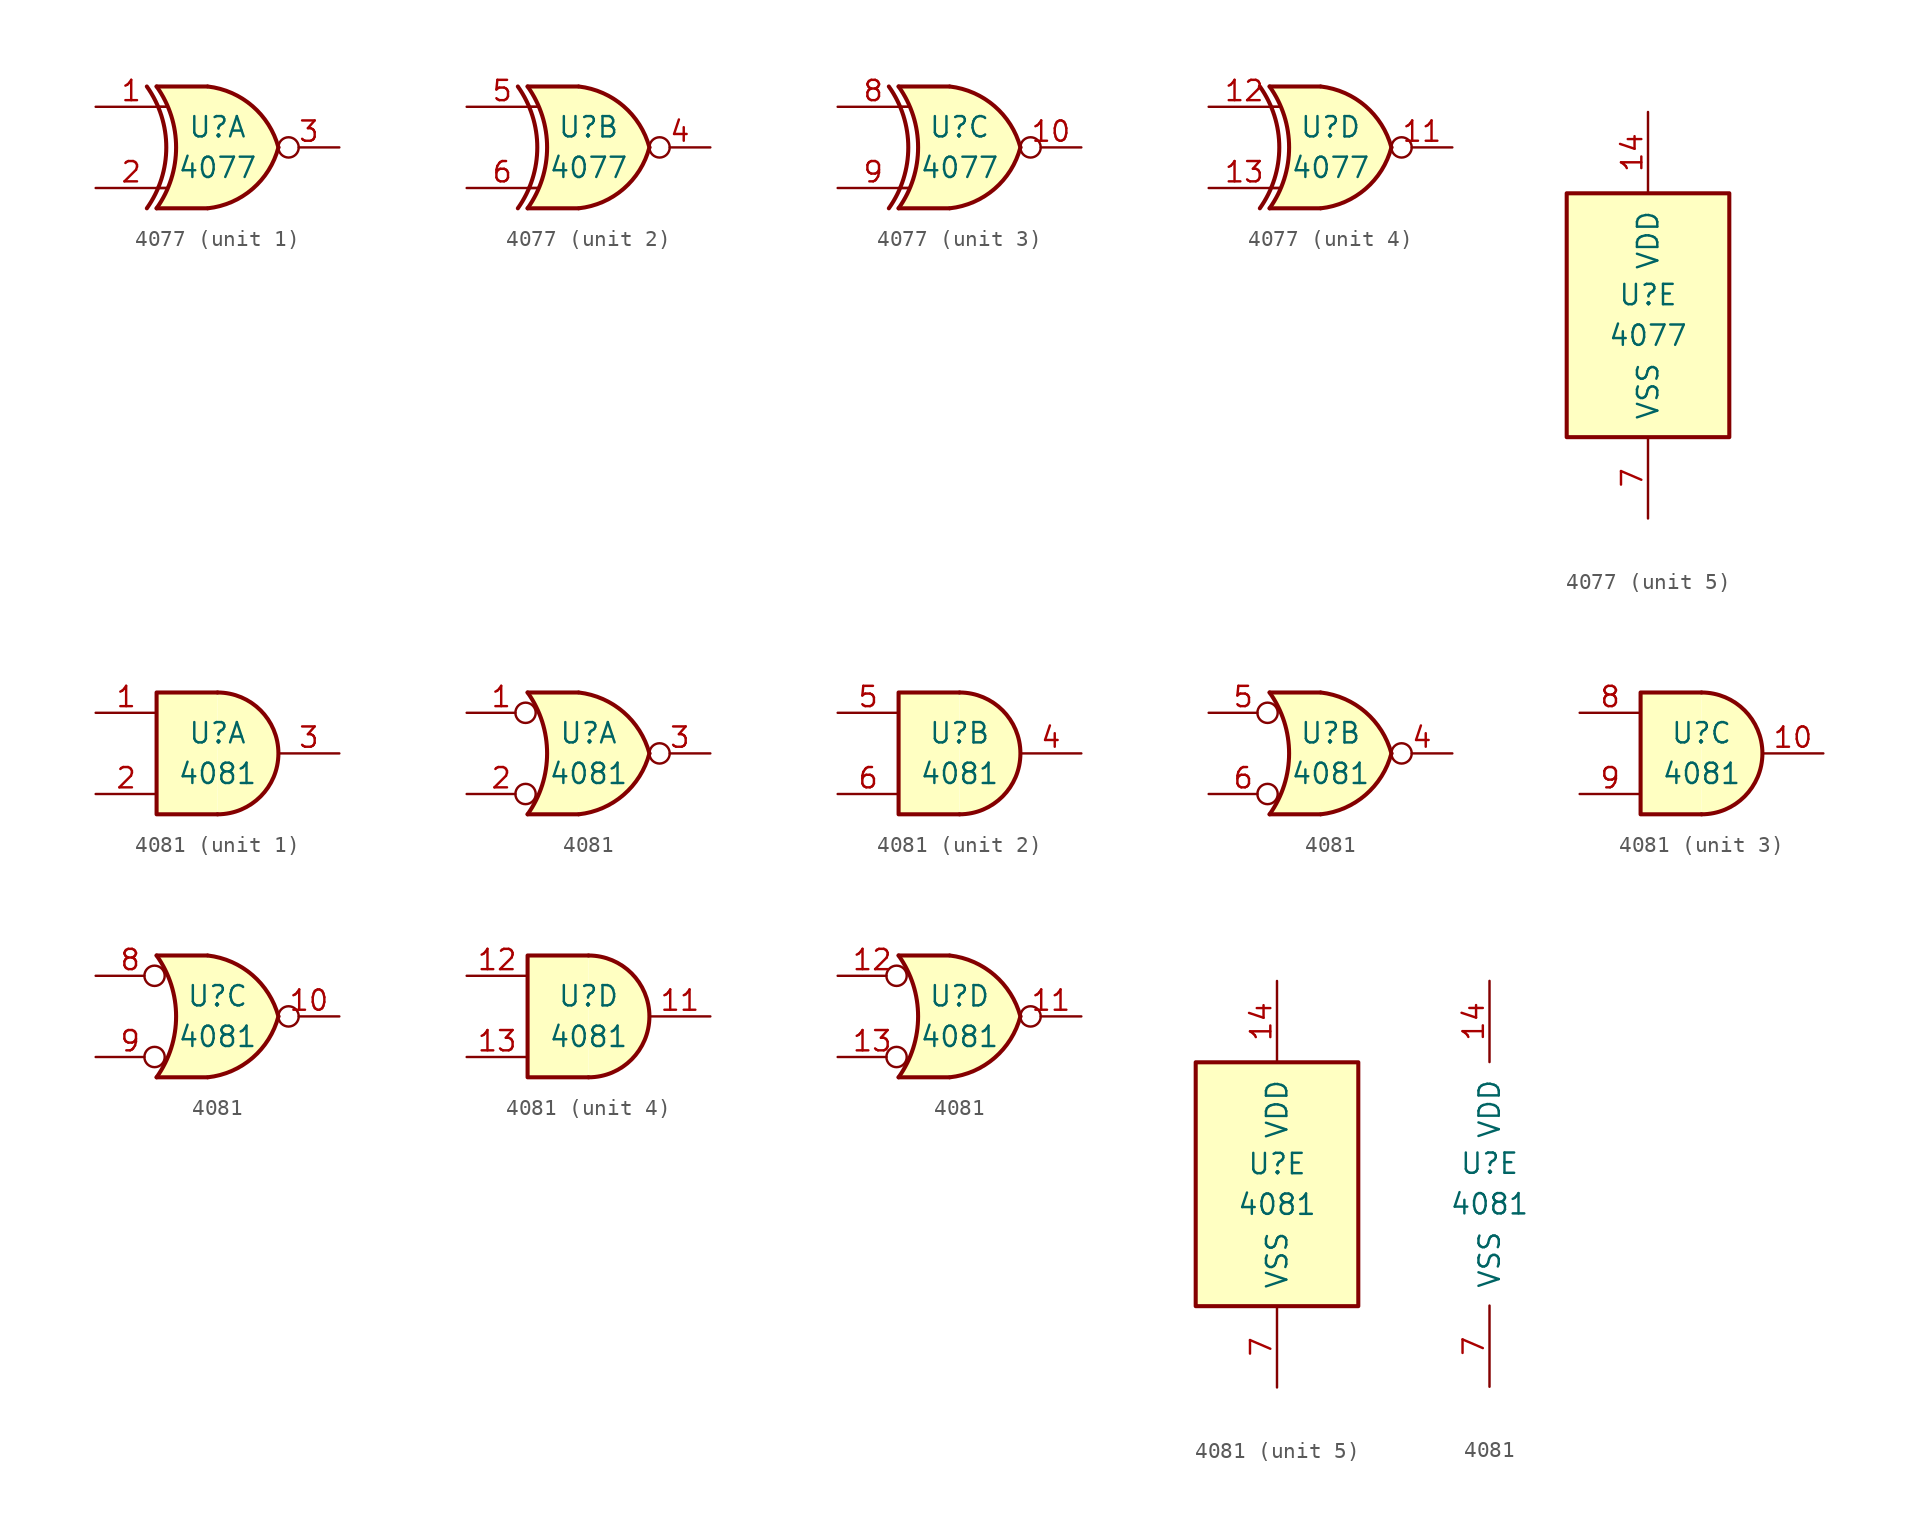
<source format=kicad_sym>
(kicad_symbol_lib
  (version 20201005)
  (generator kicad_symbol_editor)
  (symbol "4077"
    (pin_names
      (offset 1.016))
    (property "Reference" "U"
      (at 0 1.27 0)
      (effects (font (size 1.27 1.27))))
    (property "Value" "4077"
      (at 0 -1.27 0)
      (effects (font (size 1.27 1.27))))
    (property "ki_locked" ""
      (at 0 0 0)
      (effects (font (size 1.27 1.27))))
    (symbol "4077_1_0"
      (arc (start -4.4196 3.81) (end -4.4196 -3.81) (radius (at -9.779 0) (length 6.5532) (angles 35.4 -35.4)) (stroke (width 0.254)) (fill (type none)))
      (arc (start -3.81 3.81) (end -3.81 -3.81) (radius (at -9.144 0) (length 6.5532) (angles 35.4 -35.4)) (stroke (width 0.254)) (fill (type none)))
      (arc (start 3.81 0) (end -0.6096 3.81) (radius (at -1.1938 -1.3208) (length 5.1816) (angles 15 83.7)) (stroke (width 0.254)) (fill (type background)))
      (arc (start 3.81 0) (end -0.6096 -3.81) (radius (at -1.1938 1.3208) (length 5.1816) (angles -15 -83.7)) (stroke (width 0.254)) (fill (type background)))
      (polyline (pts (xy -3.81 -3.81) (xy -0.635 -3.81)) (stroke (width 0.254)) (fill (type background)))
      (polyline (pts (xy -3.81 3.81) (xy -0.635 3.81)) (stroke (width 0.254)) (fill (type background)))
      (polyline (pts (xy -0.635 3.81) (xy -3.81 3.81) (xy -3.81 3.81) (xy -3.556 3.404) (xy -3.023 2.261) (xy -2.692 1.041) (xy -2.616 -0.254) (xy -2.769 -1.499) (xy -3.175 -2.718) (xy -3.81 -3.81) (xy -3.81 -3.81) (xy -0.635 -3.81)) (stroke (width -25.4)) (fill (type background)))
      (pin input line (at -7.62 2.54 0) (length 4.445) (name "~" (effects (font (size 1.27 1.27)))) (number "1" (effects (font (size 1.27 1.27)))))
      (pin input line (at -7.62 -2.54 0) (length 4.445) (name "~" (effects (font (size 1.27 1.27)))) (number "2" (effects (font (size 1.27 1.27)))))
      (pin output inverted (at 7.62 0 180) (length 3.81) (name "~" (effects (font (size 1.27 1.27)))) (number "3" (effects (font (size 1.27 1.27))))))
    (symbol "4077_1_1"
      (polyline (pts (xy -3.81 -2.54) (xy -3.175 -2.54)) (stroke (width 0.152)) (fill (type none)))
      (polyline (pts (xy -3.81 2.54) (xy -3.175 2.54)) (stroke (width 0.152)) (fill (type none))))
    (symbol "4077_2_0"
      (arc (start -4.4196 3.81) (end -4.4196 -3.81) (radius (at -9.779 0) (length 6.5532) (angles 35.4 -35.4)) (stroke (width 0.254)) (fill (type none)))
      (arc (start -3.81 3.81) (end -3.81 -3.81) (radius (at -9.144 0) (length 6.5532) (angles 35.4 -35.4)) (stroke (width 0.254)) (fill (type none)))
      (arc (start 3.81 0) (end -0.6096 3.81) (radius (at -1.1938 -1.3208) (length 5.1816) (angles 15 83.7)) (stroke (width 0.254)) (fill (type background)))
      (arc (start 3.81 0) (end -0.6096 -3.81) (radius (at -1.1938 1.3208) (length 5.1816) (angles -15 -83.7)) (stroke (width 0.254)) (fill (type background)))
      (polyline (pts (xy -3.81 -3.81) (xy -0.635 -3.81)) (stroke (width 0.254)) (fill (type background)))
      (polyline (pts (xy -3.81 3.81) (xy -0.635 3.81)) (stroke (width 0.254)) (fill (type background)))
      (polyline (pts (xy -0.635 3.81) (xy -3.81 3.81) (xy -3.81 3.81) (xy -3.556 3.404) (xy -3.023 2.261) (xy -2.692 1.041) (xy -2.616 -0.254) (xy -2.769 -1.499) (xy -3.175 -2.718) (xy -3.81 -3.81) (xy -3.81 -3.81) (xy -0.635 -3.81)) (stroke (width -25.4)) (fill (type background)))
      (pin output inverted (at 7.62 0 180) (length 3.81) (name "~" (effects (font (size 1.27 1.27)))) (number "4" (effects (font (size 1.27 1.27)))))
      (pin input line (at -7.62 2.54 0) (length 4.445) (name "~" (effects (font (size 1.27 1.27)))) (number "5" (effects (font (size 1.27 1.27)))))
      (pin input line (at -7.62 -2.54 0) (length 4.445) (name "~" (effects (font (size 1.27 1.27)))) (number "6" (effects (font (size 1.27 1.27))))))
    (symbol "4077_2_1"
      (polyline (pts (xy -3.81 -2.54) (xy -3.175 -2.54)) (stroke (width 0.152)) (fill (type none)))
      (polyline (pts (xy -3.81 2.54) (xy -3.175 2.54)) (stroke (width 0.152)) (fill (type none))))
    (symbol "4077_3_0"
      (arc (start -4.4196 3.81) (end -4.4196 -3.81) (radius (at -9.779 0) (length 6.5532) (angles 35.4 -35.4)) (stroke (width 0.254)) (fill (type none)))
      (arc (start -3.81 3.81) (end -3.81 -3.81) (radius (at -9.144 0) (length 6.5532) (angles 35.4 -35.4)) (stroke (width 0.254)) (fill (type none)))
      (arc (start 3.81 0) (end -0.6096 3.81) (radius (at -1.1938 -1.3208) (length 5.1816) (angles 15 83.7)) (stroke (width 0.254)) (fill (type background)))
      (arc (start 3.81 0) (end -0.6096 -3.81) (radius (at -1.1938 1.3208) (length 5.1816) (angles -15 -83.7)) (stroke (width 0.254)) (fill (type background)))
      (polyline (pts (xy -3.81 -3.81) (xy -0.635 -3.81)) (stroke (width 0.254)) (fill (type background)))
      (polyline (pts (xy -3.81 3.81) (xy -0.635 3.81)) (stroke (width 0.254)) (fill (type background)))
      (polyline (pts (xy -0.635 3.81) (xy -3.81 3.81) (xy -3.81 3.81) (xy -3.556 3.404) (xy -3.023 2.261) (xy -2.692 1.041) (xy -2.616 -0.254) (xy -2.769 -1.499) (xy -3.175 -2.718) (xy -3.81 -3.81) (xy -3.81 -3.81) (xy -0.635 -3.81)) (stroke (width -25.4)) (fill (type background)))
      (pin output inverted (at 7.62 0 180) (length 3.81) (name "~" (effects (font (size 1.27 1.27)))) (number "10" (effects (font (size 1.27 1.27)))))
      (pin input line (at -7.62 2.54 0) (length 4.445) (name "~" (effects (font (size 1.27 1.27)))) (number "8" (effects (font (size 1.27 1.27)))))
      (pin input line (at -7.62 -2.54 0) (length 4.445) (name "~" (effects (font (size 1.27 1.27)))) (number "9" (effects (font (size 1.27 1.27))))))
    (symbol "4077_3_1"
      (polyline (pts (xy -3.81 -2.54) (xy -3.175 -2.54)) (stroke (width 0.152)) (fill (type none)))
      (polyline (pts (xy -3.81 2.54) (xy -3.175 2.54)) (stroke (width 0.152)) (fill (type none))))
    (symbol "4077_4_0"
      (arc (start -4.4196 3.81) (end -4.4196 -3.81) (radius (at -9.779 0) (length 6.5532) (angles 35.4 -35.4)) (stroke (width 0.254)) (fill (type none)))
      (arc (start -3.81 3.81) (end -3.81 -3.81) (radius (at -9.144 0) (length 6.5532) (angles 35.4 -35.4)) (stroke (width 0.254)) (fill (type none)))
      (arc (start 3.81 0) (end -0.6096 3.81) (radius (at -1.1938 -1.3208) (length 5.1816) (angles 15 83.7)) (stroke (width 0.254)) (fill (type background)))
      (arc (start 3.81 0) (end -0.6096 -3.81) (radius (at -1.1938 1.3208) (length 5.1816) (angles -15 -83.7)) (stroke (width 0.254)) (fill (type background)))
      (polyline (pts (xy -3.81 -3.81) (xy -0.635 -3.81)) (stroke (width 0.254)) (fill (type background)))
      (polyline (pts (xy -3.81 3.81) (xy -0.635 3.81)) (stroke (width 0.254)) (fill (type background)))
      (polyline (pts (xy -0.635 3.81) (xy -3.81 3.81) (xy -3.81 3.81) (xy -3.556 3.404) (xy -3.023 2.261) (xy -2.692 1.041) (xy -2.616 -0.254) (xy -2.769 -1.499) (xy -3.175 -2.718) (xy -3.81 -3.81) (xy -3.81 -3.81) (xy -0.635 -3.81)) (stroke (width -25.4)) (fill (type background)))
      (pin output inverted (at 7.62 0 180) (length 3.81) (name "~" (effects (font (size 1.27 1.27)))) (number "11" (effects (font (size 1.27 1.27)))))
      (pin input line (at -7.62 2.54 0) (length 4.445) (name "~" (effects (font (size 1.27 1.27)))) (number "12" (effects (font (size 1.27 1.27)))))
      (pin input line (at -7.62 -2.54 0) (length 4.445) (name "~" (effects (font (size 1.27 1.27)))) (number "13" (effects (font (size 1.27 1.27))))))
    (symbol "4077_4_1"
      (polyline (pts (xy -3.81 -2.54) (xy -3.175 -2.54)) (stroke (width 0.152)) (fill (type none)))
      (polyline (pts (xy -3.81 2.54) (xy -3.175 2.54)) (stroke (width 0.152)) (fill (type none))))
    (symbol "4077_5_0"
      (pin power_in line (at 0 12.7 270) (length 5.08) (name "VDD" (effects (font (size 1.27 1.27)))) (number "14" (effects (font (size 1.27 1.27)))))
      (pin power_in line (at 0 -12.7 90) (length 5.08) (name "VSS" (effects (font (size 1.27 1.27)))) (number "7" (effects (font (size 1.27 1.27))))))
    (symbol "4077_5_1"
      (rectangle (start -5.08 7.62) (end 5.08 -7.62) (stroke (width 0.254)) (fill (type background)))))
  (symbol "4081"
    (pin_names
      (offset 1.016))
    (property "Reference" "U"
      (at 0 1.27 0)
      (effects (font (size 1.27 1.27))))
    (property "Value" "4081"
      (at 0 -1.27 0)
      (effects (font (size 1.27 1.27))))
    (property "ki_locked" ""
      (at 0 0 0)
      (effects (font (size 1.27 1.27))))
    (symbol "4081_1_1"
      (arc (start 0 -3.81) (end 0 3.81) (radius (at 0 0) (length 3.81) (angles -89.9 89.9)) (stroke (width 0.254)) (fill (type background)))
      (polyline (pts (xy 0 3.81) (xy -3.81 3.81) (xy -3.81 -3.81) (xy 0 -3.81)) (stroke (width 0.254)) (fill (type background)))
      (pin input line (at -7.62 2.54 0) (length 3.81) (name "~" (effects (font (size 1.27 1.27)))) (number "1" (effects (font (size 1.27 1.27)))))
      (pin input line (at -7.62 -2.54 0) (length 3.81) (name "~" (effects (font (size 1.27 1.27)))) (number "2" (effects (font (size 1.27 1.27)))))
      (pin output line (at 7.62 0 180) (length 3.81) (name "~" (effects (font (size 1.27 1.27)))) (number "3" (effects (font (size 1.27 1.27))))))
    (symbol "4081_1_2"
      (arc (start -3.81 3.81) (end -3.81 -3.81) (radius (at -9.144 0) (length 6.5532) (angles 35.4 -35.4)) (stroke (width 0.254)) (fill (type none)))
      (arc (start 3.81 0) (end -0.6096 3.81) (radius (at -1.1938 -1.3208) (length 5.1816) (angles 15 83.7)) (stroke (width 0.254)) (fill (type background)))
      (arc (start 3.81 0) (end -0.6096 -3.81) (radius (at -1.1938 1.3208) (length 5.1816) (angles -15 -83.7)) (stroke (width 0.254)) (fill (type background)))
      (polyline (pts (xy -3.81 -3.81) (xy -0.635 -3.81)) (stroke (width 0.254)) (fill (type background)))
      (polyline (pts (xy -3.81 3.81) (xy -0.635 3.81)) (stroke (width 0.254)) (fill (type background)))
      (polyline (pts (xy -0.635 3.81) (xy -3.81 3.81) (xy -3.81 3.81) (xy -3.556 3.404) (xy -3.023 2.261) (xy -2.692 1.041) (xy -2.616 -0.254) (xy -2.769 -1.499) (xy -3.175 -2.718) (xy -3.81 -3.81) (xy -3.81 -3.81) (xy -0.635 -3.81)) (stroke (width -25.4)) (fill (type background)))
      (pin input inverted (at -7.62 2.54 0) (length 4.318) (name "~" (effects (font (size 1.27 1.27)))) (number "1" (effects (font (size 1.27 1.27)))))
      (pin input inverted (at -7.62 -2.54 0) (length 4.318) (name "~" (effects (font (size 1.27 1.27)))) (number "2" (effects (font (size 1.27 1.27)))))
      (pin output inverted (at 7.62 0 180) (length 3.81) (name "~" (effects (font (size 1.27 1.27)))) (number "3" (effects (font (size 1.27 1.27))))))
    (symbol "4081_2_1"
      (arc (start 0 -3.81) (end 0 3.81) (radius (at 0 0) (length 3.81) (angles -89.9 89.9)) (stroke (width 0.254)) (fill (type background)))
      (polyline (pts (xy 0 3.81) (xy -3.81 3.81) (xy -3.81 -3.81) (xy 0 -3.81)) (stroke (width 0.254)) (fill (type background)))
      (pin output line (at 7.62 0 180) (length 3.81) (name "~" (effects (font (size 1.27 1.27)))) (number "4" (effects (font (size 1.27 1.27)))))
      (pin input line (at -7.62 2.54 0) (length 3.81) (name "~" (effects (font (size 1.27 1.27)))) (number "5" (effects (font (size 1.27 1.27)))))
      (pin input line (at -7.62 -2.54 0) (length 3.81) (name "~" (effects (font (size 1.27 1.27)))) (number "6" (effects (font (size 1.27 1.27))))))
    (symbol "4081_2_2"
      (arc (start -3.81 3.81) (end -3.81 -3.81) (radius (at -9.144 0) (length 6.5532) (angles 35.4 -35.4)) (stroke (width 0.254)) (fill (type none)))
      (arc (start 3.81 0) (end -0.6096 3.81) (radius (at -1.1938 -1.3208) (length 5.1816) (angles 15 83.7)) (stroke (width 0.254)) (fill (type background)))
      (arc (start 3.81 0) (end -0.6096 -3.81) (radius (at -1.1938 1.3208) (length 5.1816) (angles -15 -83.7)) (stroke (width 0.254)) (fill (type background)))
      (polyline (pts (xy -3.81 -3.81) (xy -0.635 -3.81)) (stroke (width 0.254)) (fill (type background)))
      (polyline (pts (xy -3.81 3.81) (xy -0.635 3.81)) (stroke (width 0.254)) (fill (type background)))
      (polyline (pts (xy -0.635 3.81) (xy -3.81 3.81) (xy -3.81 3.81) (xy -3.556 3.404) (xy -3.023 2.261) (xy -2.692 1.041) (xy -2.616 -0.254) (xy -2.769 -1.499) (xy -3.175 -2.718) (xy -3.81 -3.81) (xy -3.81 -3.81) (xy -0.635 -3.81)) (stroke (width -25.4)) (fill (type background)))
      (pin output inverted (at 7.62 0 180) (length 3.81) (name "~" (effects (font (size 1.27 1.27)))) (number "4" (effects (font (size 1.27 1.27)))))
      (pin input inverted (at -7.62 2.54 0) (length 4.318) (name "~" (effects (font (size 1.27 1.27)))) (number "5" (effects (font (size 1.27 1.27)))))
      (pin input inverted (at -7.62 -2.54 0) (length 4.318) (name "~" (effects (font (size 1.27 1.27)))) (number "6" (effects (font (size 1.27 1.27))))))
    (symbol "4081_3_1"
      (arc (start 0 -3.81) (end 0 3.81) (radius (at 0 0) (length 3.81) (angles -89.9 89.9)) (stroke (width 0.254)) (fill (type background)))
      (polyline (pts (xy 0 3.81) (xy -3.81 3.81) (xy -3.81 -3.81) (xy 0 -3.81)) (stroke (width 0.254)) (fill (type background)))
      (pin output line (at 7.62 0 180) (length 3.81) (name "~" (effects (font (size 1.27 1.27)))) (number "10" (effects (font (size 1.27 1.27)))))
      (pin input line (at -7.62 2.54 0) (length 3.81) (name "~" (effects (font (size 1.27 1.27)))) (number "8" (effects (font (size 1.27 1.27)))))
      (pin input line (at -7.62 -2.54 0) (length 3.81) (name "~" (effects (font (size 1.27 1.27)))) (number "9" (effects (font (size 1.27 1.27))))))
    (symbol "4081_3_2"
      (arc (start -3.81 3.81) (end -3.81 -3.81) (radius (at -9.144 0) (length 6.5532) (angles 35.4 -35.4)) (stroke (width 0.254)) (fill (type none)))
      (arc (start 3.81 0) (end -0.6096 3.81) (radius (at -1.1938 -1.3208) (length 5.1816) (angles 15 83.7)) (stroke (width 0.254)) (fill (type background)))
      (arc (start 3.81 0) (end -0.6096 -3.81) (radius (at -1.1938 1.3208) (length 5.1816) (angles -15 -83.7)) (stroke (width 0.254)) (fill (type background)))
      (polyline (pts (xy -3.81 -3.81) (xy -0.635 -3.81)) (stroke (width 0.254)) (fill (type background)))
      (polyline (pts (xy -3.81 3.81) (xy -0.635 3.81)) (stroke (width 0.254)) (fill (type background)))
      (polyline (pts (xy -0.635 3.81) (xy -3.81 3.81) (xy -3.81 3.81) (xy -3.556 3.404) (xy -3.023 2.261) (xy -2.692 1.041) (xy -2.616 -0.254) (xy -2.769 -1.499) (xy -3.175 -2.718) (xy -3.81 -3.81) (xy -3.81 -3.81) (xy -0.635 -3.81)) (stroke (width -25.4)) (fill (type background)))
      (pin output inverted (at 7.62 0 180) (length 3.81) (name "~" (effects (font (size 1.27 1.27)))) (number "10" (effects (font (size 1.27 1.27)))))
      (pin input inverted (at -7.62 2.54 0) (length 4.318) (name "~" (effects (font (size 1.27 1.27)))) (number "8" (effects (font (size 1.27 1.27)))))
      (pin input inverted (at -7.62 -2.54 0) (length 4.318) (name "~" (effects (font (size 1.27 1.27)))) (number "9" (effects (font (size 1.27 1.27))))))
    (symbol "4081_4_1"
      (arc (start 0 -3.81) (end 0 3.81) (radius (at 0 0) (length 3.81) (angles -89.9 89.9)) (stroke (width 0.254)) (fill (type background)))
      (polyline (pts (xy 0 3.81) (xy -3.81 3.81) (xy -3.81 -3.81) (xy 0 -3.81)) (stroke (width 0.254)) (fill (type background)))
      (pin output line (at 7.62 0 180) (length 3.81) (name "~" (effects (font (size 1.27 1.27)))) (number "11" (effects (font (size 1.27 1.27)))))
      (pin input line (at -7.62 2.54 0) (length 3.81) (name "~" (effects (font (size 1.27 1.27)))) (number "12" (effects (font (size 1.27 1.27)))))
      (pin input line (at -7.62 -2.54 0) (length 3.81) (name "~" (effects (font (size 1.27 1.27)))) (number "13" (effects (font (size 1.27 1.27))))))
    (symbol "4081_4_2"
      (arc (start -3.81 3.81) (end -3.81 -3.81) (radius (at -9.144 0) (length 6.5532) (angles 35.4 -35.4)) (stroke (width 0.254)) (fill (type none)))
      (arc (start 3.81 0) (end -0.6096 3.81) (radius (at -1.1938 -1.3208) (length 5.1816) (angles 15 83.7)) (stroke (width 0.254)) (fill (type background)))
      (arc (start 3.81 0) (end -0.6096 -3.81) (radius (at -1.1938 1.3208) (length 5.1816) (angles -15 -83.7)) (stroke (width 0.254)) (fill (type background)))
      (polyline (pts (xy -3.81 -3.81) (xy -0.635 -3.81)) (stroke (width 0.254)) (fill (type background)))
      (polyline (pts (xy -3.81 3.81) (xy -0.635 3.81)) (stroke (width 0.254)) (fill (type background)))
      (polyline (pts (xy -0.635 3.81) (xy -3.81 3.81) (xy -3.81 3.81) (xy -3.556 3.404) (xy -3.023 2.261) (xy -2.692 1.041) (xy -2.616 -0.254) (xy -2.769 -1.499) (xy -3.175 -2.718) (xy -3.81 -3.81) (xy -3.81 -3.81) (xy -0.635 -3.81)) (stroke (width -25.4)) (fill (type background)))
      (pin output inverted (at 7.62 0 180) (length 3.81) (name "~" (effects (font (size 1.27 1.27)))) (number "11" (effects (font (size 1.27 1.27)))))
      (pin input inverted (at -7.62 2.54 0) (length 4.318) (name "~" (effects (font (size 1.27 1.27)))) (number "12" (effects (font (size 1.27 1.27)))))
      (pin input inverted (at -7.62 -2.54 0) (length 4.318) (name "~" (effects (font (size 1.27 1.27)))) (number "13" (effects (font (size 1.27 1.27))))))
    (symbol "4081_5_0"
      (pin power_in line (at 0 12.7 270) (length 5.08) (name "VDD" (effects (font (size 1.27 1.27)))) (number "14" (effects (font (size 1.27 1.27)))))
      (pin power_in line (at 0 -12.7 90) (length 5.08) (name "VSS" (effects (font (size 1.27 1.27)))) (number "7" (effects (font (size 1.27 1.27))))))
    (symbol "4081_5_1"
      (rectangle (start -5.08 7.62) (end 5.08 -7.62) (stroke (width 0.254)) (fill (type background))))))
</source>
